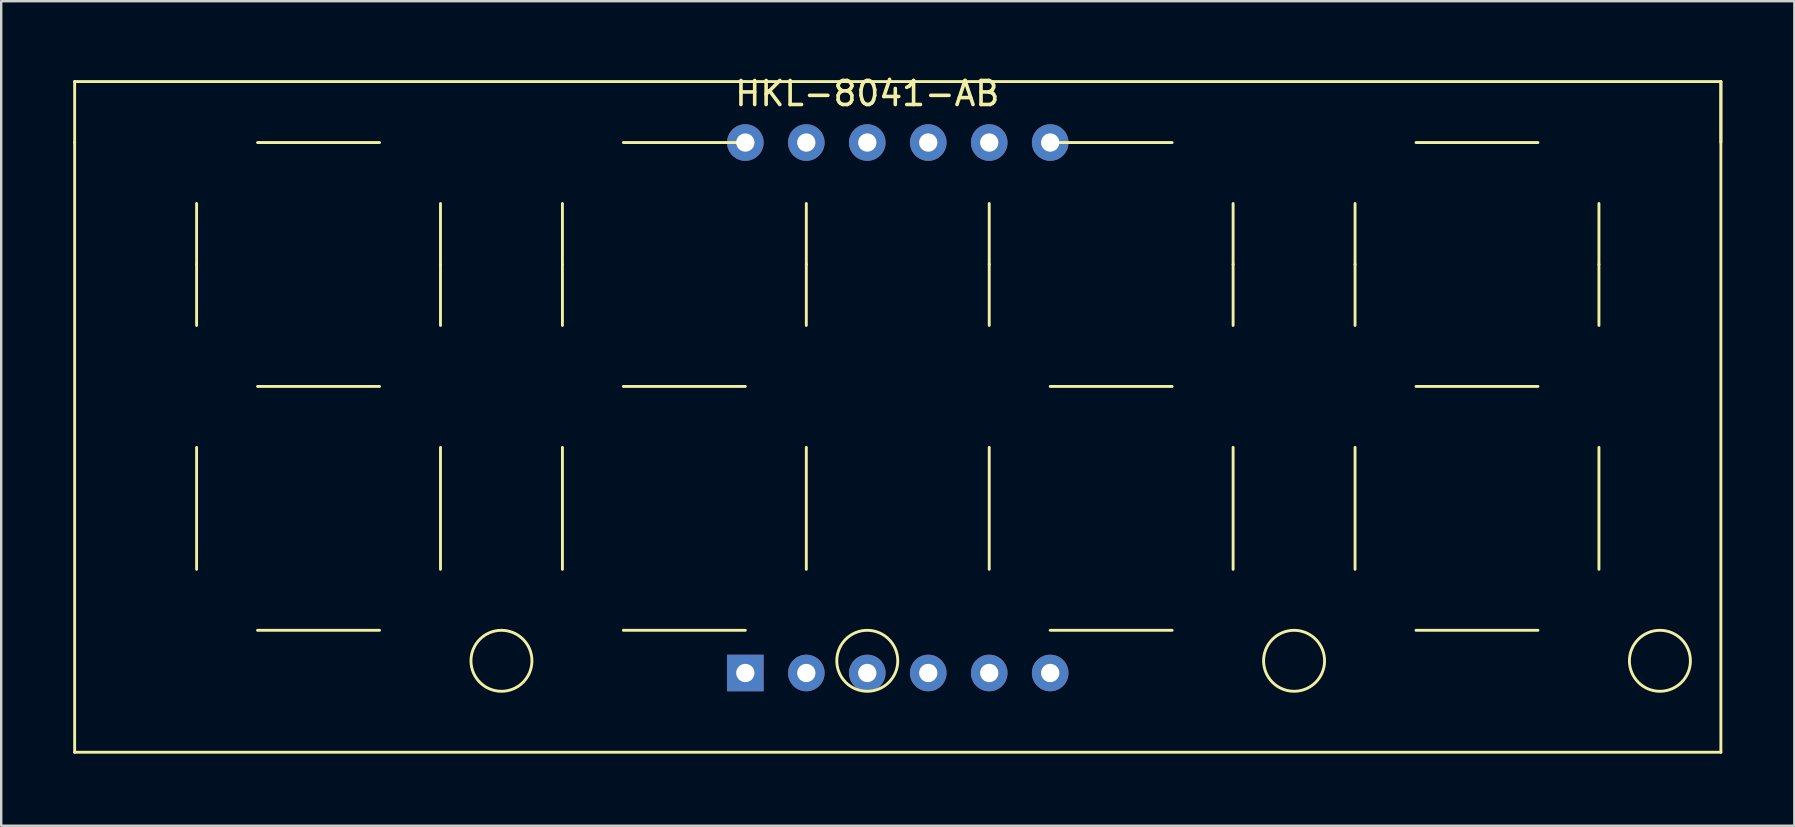
<source format=kicad_pcb>
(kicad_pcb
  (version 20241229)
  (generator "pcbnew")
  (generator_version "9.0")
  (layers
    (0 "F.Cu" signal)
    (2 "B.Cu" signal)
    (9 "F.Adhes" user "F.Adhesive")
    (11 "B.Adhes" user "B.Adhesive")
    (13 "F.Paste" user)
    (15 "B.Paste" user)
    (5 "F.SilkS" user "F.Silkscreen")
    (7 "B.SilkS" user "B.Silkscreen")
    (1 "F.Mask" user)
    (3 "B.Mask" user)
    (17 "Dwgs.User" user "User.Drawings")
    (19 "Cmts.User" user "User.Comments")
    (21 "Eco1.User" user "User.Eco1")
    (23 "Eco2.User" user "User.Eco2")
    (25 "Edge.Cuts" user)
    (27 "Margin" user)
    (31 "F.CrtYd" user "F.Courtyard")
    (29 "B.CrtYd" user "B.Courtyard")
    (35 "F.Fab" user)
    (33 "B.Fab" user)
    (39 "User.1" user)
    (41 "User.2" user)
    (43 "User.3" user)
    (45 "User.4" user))
  (footprint "HKL-8041-AB"
    (layer "F.Cu")
    (at 33.08 0.348)
    (property "Reference" "HKL-8041-AB" (at 0 0.5 0) (layer "F.SilkS") (effects (font (size 1 1) (thickness 0.15))))
    (attr through_hole)
    (fp_line (start -33.02 0) (end -5.08 0) (stroke (width 0.12) (type solid)) (layer "F.SilkS"))
    (fp_line (start -33.02 2.54) (end -33.02 0) (stroke (width 0.12) (type solid)) (layer "F.SilkS"))
    (fp_line (start -33.02 2.54) (end -33.02 27.94) (stroke (width 0.12) (type solid)) (layer "F.SilkS"))
    (fp_line (start -33.02 27.94) (end 35.56 27.94) (stroke (width 0.12) (type solid)) (layer "F.SilkS"))
    (fp_line (start -27.94 5.08) (end -27.94 7.62) (stroke (width 0.12) (type solid)) (layer "F.SilkS"))
    (fp_line (start -27.94 10.16) (end -27.94 7.62) (stroke (width 0.12) (type solid)) (layer "F.SilkS"))
    (fp_line (start -27.94 15.24) (end -27.94 20.32) (stroke (width 0.12) (type solid)) (layer "F.SilkS"))
    (fp_line (start -25.4 2.54) (end -20.32 2.54) (stroke (width 0.12) (type solid)) (layer "F.SilkS"))
    (fp_line (start -25.4 12.7) (end -20.32 12.7) (stroke (width 0.12) (type solid)) (layer "F.SilkS"))
    (fp_line (start -25.4 22.86) (end -20.32 22.86) (stroke (width 0.12) (type solid)) (layer "F.SilkS"))
    (fp_line (start -17.78 5.08) (end -17.78 7.62) (stroke (width 0.12) (type solid)) (layer "F.SilkS"))
    (fp_line (start -17.78 10.16) (end -17.78 7.62) (stroke (width 0.12) (type solid)) (layer "F.SilkS"))
    (fp_line (start -17.78 15.24) (end -17.78 20.32) (stroke (width 0.12) (type solid)) (layer "F.SilkS"))
    (fp_line (start -12.7 5.08) (end -12.7 7.62) (stroke (width 0.12) (type solid)) (layer "F.SilkS"))
    (fp_line (start -12.7 10.16) (end -12.7 7.62) (stroke (width 0.12) (type solid)) (layer "F.SilkS"))
    (fp_line (start -12.7 15.24) (end -12.7 20.32) (stroke (width 0.12) (type solid)) (layer "F.SilkS"))
    (fp_line (start -10.16 2.54) (end -5.08 2.54) (stroke (width 0.12) (type solid)) (layer "F.SilkS"))
    (fp_line (start -10.16 12.7) (end -5.08 12.7) (stroke (width 0.12) (type solid)) (layer "F.SilkS"))
    (fp_line (start -10.16 22.86) (end -5.08 22.86) (stroke (width 0.12) (type solid)) (layer "F.SilkS"))
    (fp_line (start -2.54 5.08) (end -2.54 7.62) (stroke (width 0.12) (type solid)) (layer "F.SilkS"))
    (fp_line (start -2.54 10.16) (end -2.54 7.62) (stroke (width 0.12) (type solid)) (layer "F.SilkS"))
    (fp_line (start -2.54 15.24) (end -2.54 20.32) (stroke (width 0.12) (type solid)) (layer "F.SilkS"))
    (fp_line (start 5.08 5.08) (end 5.08 7.62) (stroke (width 0.12) (type solid)) (layer "F.SilkS"))
    (fp_line (start 5.08 10.16) (end 5.08 7.62) (stroke (width 0.12) (type solid)) (layer "F.SilkS"))
    (fp_line (start 5.08 15.24) (end 5.08 20.32) (stroke (width 0.12) (type solid)) (layer "F.SilkS"))
    (fp_line (start 7.62 2.54) (end 12.7 2.54) (stroke (width 0.12) (type solid)) (layer "F.SilkS"))
    (fp_line (start 7.62 12.7) (end 12.7 12.7) (stroke (width 0.12) (type solid)) (layer "F.SilkS"))
    (fp_line (start 7.62 22.86) (end 12.7 22.86) (stroke (width 0.12) (type solid)) (layer "F.SilkS"))
    (fp_line (start 15.24 5.08) (end 15.24 7.62) (stroke (width 0.12) (type solid)) (layer "F.SilkS"))
    (fp_line (start 15.24 10.16) (end 15.24 7.62) (stroke (width 0.12) (type solid)) (layer "F.SilkS"))
    (fp_line (start 15.24 15.24) (end 15.24 20.32) (stroke (width 0.12) (type solid)) (layer "F.SilkS"))
    (fp_line (start 20.32 5.08) (end 20.32 7.62) (stroke (width 0.12) (type solid)) (layer "F.SilkS"))
    (fp_line (start 20.32 10.16) (end 20.32 7.62) (stroke (width 0.12) (type solid)) (layer "F.SilkS"))
    (fp_line (start 20.32 15.24) (end 20.32 20.32) (stroke (width 0.12) (type solid)) (layer "F.SilkS"))
    (fp_line (start 22.86 2.54) (end 27.94 2.54) (stroke (width 0.12) (type solid)) (layer "F.SilkS"))
    (fp_line (start 22.86 12.7) (end 27.94 12.7) (stroke (width 0.12) (type solid)) (layer "F.SilkS"))
    (fp_line (start 22.86 22.86) (end 27.94 22.86) (stroke (width 0.12) (type solid)) (layer "F.SilkS"))
    (fp_line (start 30.48 5.08) (end 30.48 7.62) (stroke (width 0.12) (type solid)) (layer "F.SilkS"))
    (fp_line (start 30.48 10.16) (end 30.48 7.62) (stroke (width 0.12) (type solid)) (layer "F.SilkS"))
    (fp_line (start 30.48 15.24) (end 30.48 20.32) (stroke (width 0.12) (type solid)) (layer "F.SilkS"))
    (fp_line (start 35.56 0) (end -5.08 0) (stroke (width 0.12) (type solid)) (layer "F.SilkS"))
    (fp_line (start 35.56 2.54) (end 35.56 0) (stroke (width 0.12) (type solid)) (layer "F.SilkS"))
    (fp_line (start 35.56 27.94) (end 35.56 0) (stroke (width 0.12) (type solid)) (layer "F.SilkS"))
    (fp_circle (center -15.24 24.13) (end -16.51 24.13) (stroke (width 0.12) (type solid)) (fill no) (layer "F.SilkS"))
    (fp_circle (center 0 24.13) (end -1.27 24.13) (stroke (width 0.12) (type solid)) (fill no) (layer "F.SilkS"))
    (fp_circle (center 17.78 24.13) (end 16.51 24.13) (stroke (width 0.12) (type solid)) (fill no) (layer "F.SilkS"))
    (fp_circle (center 33.02 24.13) (end 31.75 24.13) (stroke (width 0.12) (type solid)) (fill no) (layer "F.SilkS"))
    (pad "1" thru_hole rect (at -5.08 24.638) (size 1.524 1.524) (drill 0.762) (layers "*.Cu" "*.Mask"))
    (pad "2" thru_hole circle (at -2.54 24.638) (size 1.524 1.524) (drill 0.762) (layers "*.Cu" "*.Mask"))
    (pad "3" thru_hole circle (at 0 24.638) (size 1.524 1.524) (drill 0.762) (layers "*.Cu" "*.Mask"))
    (pad "4" thru_hole circle (at 2.54 24.638) (size 1.524 1.524) (drill 0.762) (layers "*.Cu" "*.Mask"))
    (pad "5" thru_hole circle (at 5.08 24.638) (size 1.524 1.524) (drill 0.762) (layers "*.Cu" "*.Mask"))
    (pad "6" thru_hole circle (at 7.62 24.638) (size 1.524 1.524) (drill 0.762) (layers "*.Cu" "*.Mask"))
    (pad "7" thru_hole circle (at 7.62 2.54) (size 1.524 1.524) (drill 0.762) (layers "*.Cu" "*.Mask"))
    (pad "8" thru_hole circle (at 5.08 2.54) (size 1.524 1.524) (drill 0.762) (layers "*.Cu" "*.Mask"))
    (pad "9" thru_hole circle (at 2.54 2.54) (size 1.524 1.524) (drill 0.762) (layers "*.Cu" "*.Mask"))
    (pad "10" thru_hole circle (at 0 2.54) (size 1.524 1.524) (drill 0.762) (layers "*.Cu" "*.Mask"))
    (pad "11" thru_hole circle (at -2.54 2.54) (size 1.524 1.524) (drill 0.762) (layers "*.Cu" "*.Mask"))
    (pad "12" thru_hole circle (at -5.08 2.54) (size 1.524 1.524) (drill 0.762) (layers "*.Cu" "*.Mask")))
  (gr_rect
    (start -3 -3)
    (end 71.7 31.348)
    (stroke (width 0.1) (type default))
    (fill no)
    (layer "Edge.Cuts")))
</source>
